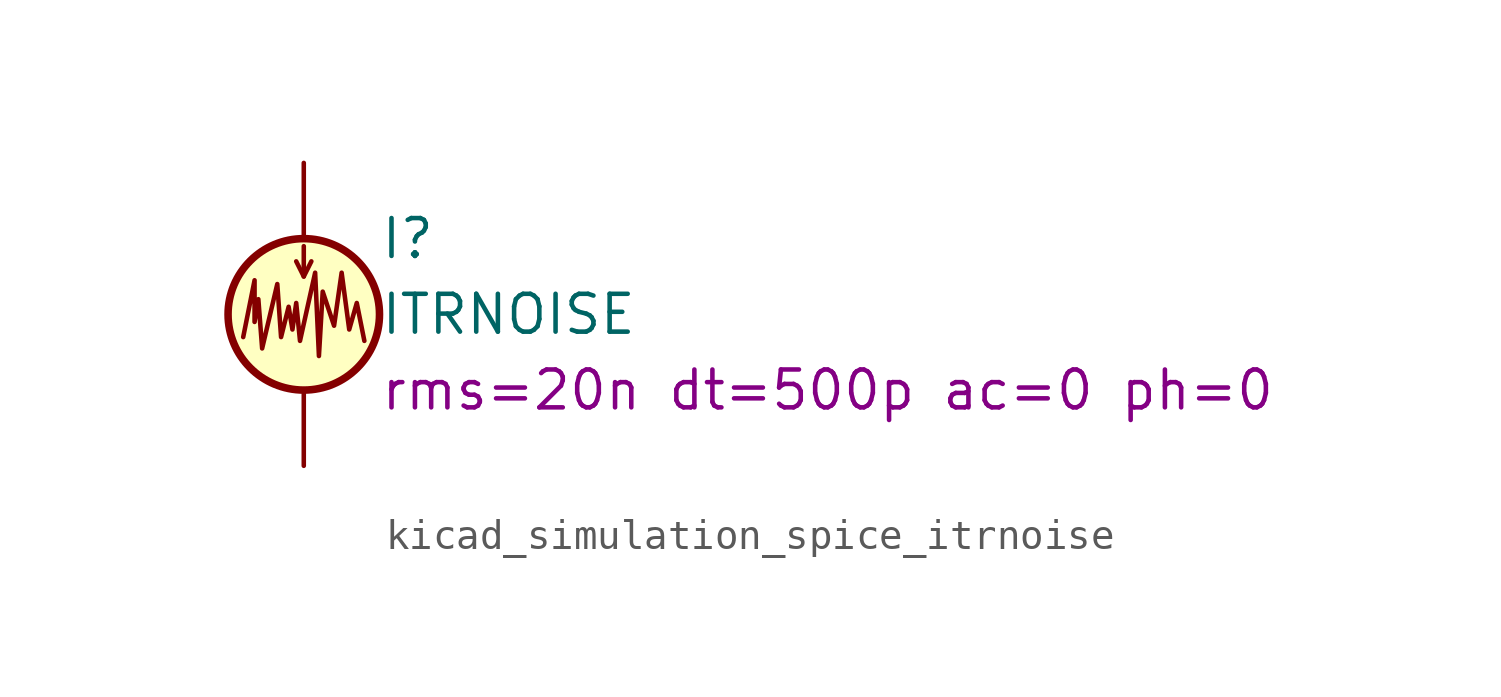
<source format=kicad_sym>
(kicad_symbol_lib
  (version 20220914)
  (generator kicad_symbol_editor)
  (symbol "kicad_simulation_spice_itrnoise"
    (pin_numbers hide)
    (pin_names
      (offset 0.025))
    (property "Reference" "I"
      (at 2.54 2.54 0)
      (effects (font (size 1.27 1.27)) (justify left)))
    (property "Value" "ITRNOISE"
      (at 2.54 0 0)
      (effects (font (size 1.27 1.27)) (justify left)))
    (property "Sim.Params" "rms=20n dt=500p ac=0 ph=0"
      (at 2.54 -2.54 0)
      (effects (font (size 1.27 1.27)) (justify left)))
    (symbol "kicad_simulation_spice_itrnoise_0_1"
      (polyline (pts (xy 0 1.27) (xy 0 2.286)) (stroke (width 0) (type default)) (fill (type none)))
      (polyline (pts (xy -0.254 1.778) (xy 0 1.27) (xy 0.254 1.778)) (stroke (width 0) (type default)) (fill (type none)))
      (polyline (pts (xy -2.032 -0.762) (xy -1.651 1.143) (xy -1.651 -0.254) (xy -1.524 0.508) (xy -1.397 -1.143) (xy -0.889 1.016) (xy -0.762 -0.762) (xy -0.508 0.254) (xy -0.381 -0.508) (xy -0.254 0.381) (xy -0.127 -0.889) (xy 0.381 1.397) (xy 0.508 -1.397) (xy 0.635 0.762) (xy 1.016 -0.381) (xy 1.27 1.397) (xy 1.524 -0.508) (xy 1.778 0.381) (xy 2.032 -0.889)) (stroke (width 0) (type default)) (fill (type none)))
      (circle (center 0 0) (radius 2.54) (stroke (width 0.254) (type default)) (fill (type background))))
    (symbol "kicad_simulation_spice_itrnoise_1_1"
      (pin passive line (at 0 5.08 270) (length 2.54) (name "~" (effects (font (size 1.27 1.27)))) (number "1" (effects (font (size 1.27 1.27)))))
      (pin passive line (at 0 -5.08 90) (length 2.54) (name "~" (effects (font (size 1.27 1.27)))) (number "2" (effects (font (size 1.27 1.27))))))))
</source>
